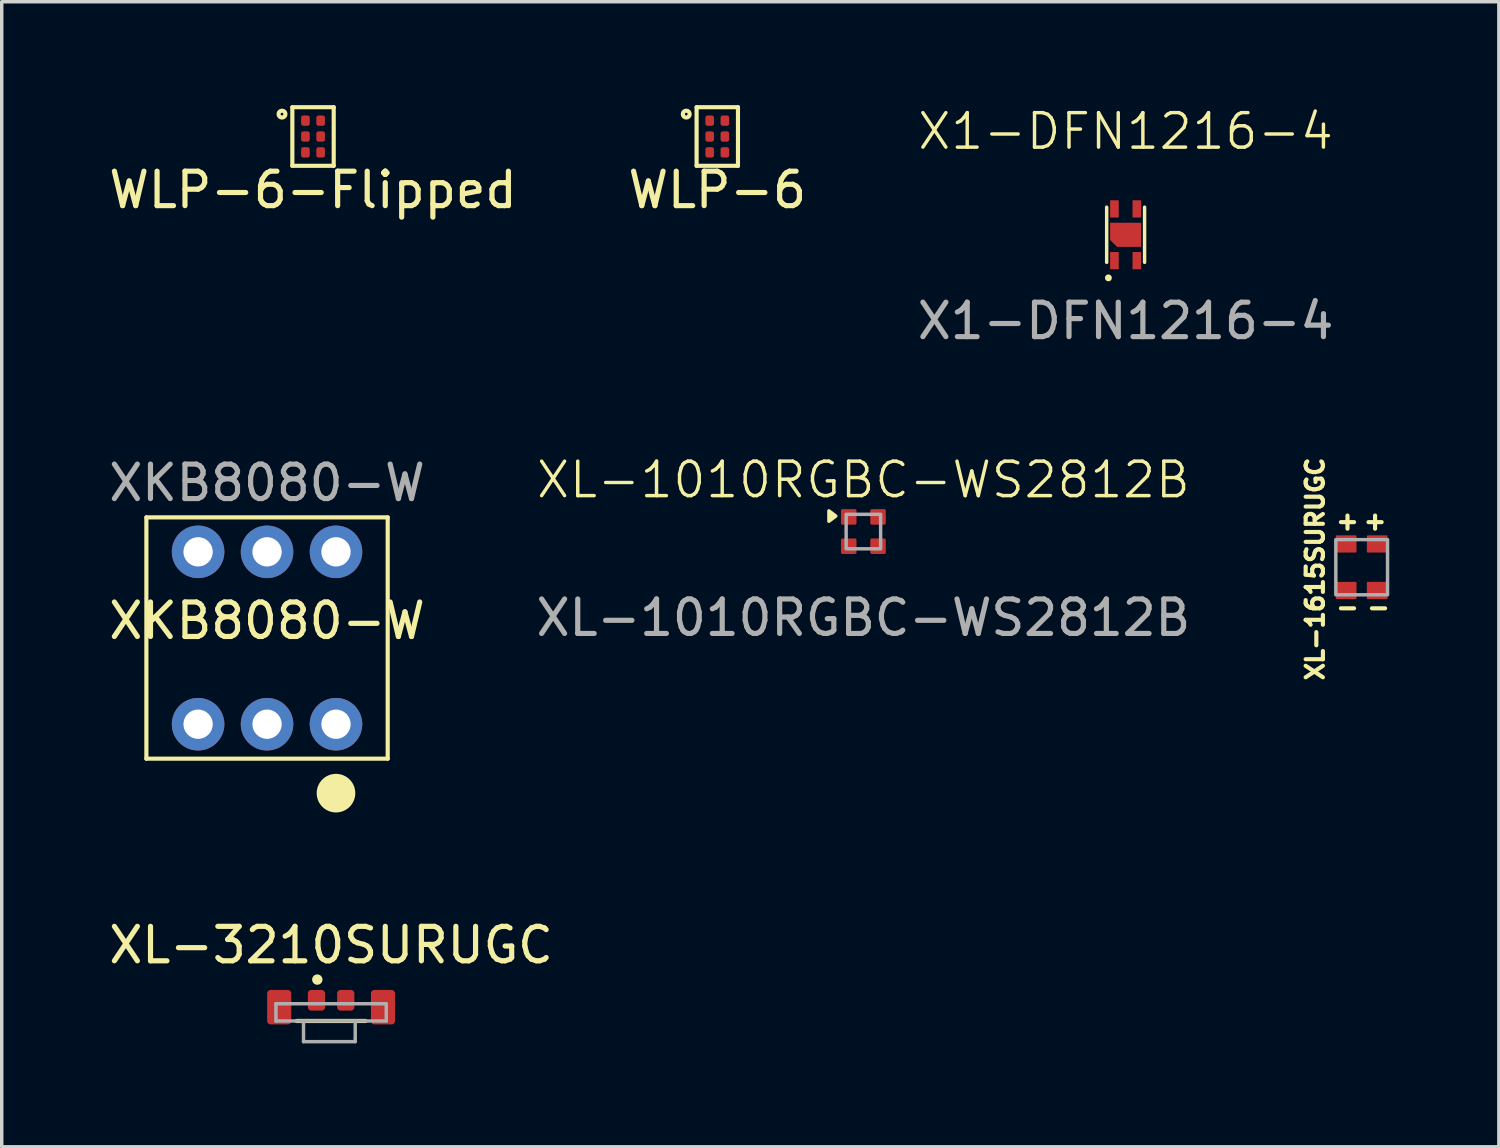
<source format=kicad_pcb>
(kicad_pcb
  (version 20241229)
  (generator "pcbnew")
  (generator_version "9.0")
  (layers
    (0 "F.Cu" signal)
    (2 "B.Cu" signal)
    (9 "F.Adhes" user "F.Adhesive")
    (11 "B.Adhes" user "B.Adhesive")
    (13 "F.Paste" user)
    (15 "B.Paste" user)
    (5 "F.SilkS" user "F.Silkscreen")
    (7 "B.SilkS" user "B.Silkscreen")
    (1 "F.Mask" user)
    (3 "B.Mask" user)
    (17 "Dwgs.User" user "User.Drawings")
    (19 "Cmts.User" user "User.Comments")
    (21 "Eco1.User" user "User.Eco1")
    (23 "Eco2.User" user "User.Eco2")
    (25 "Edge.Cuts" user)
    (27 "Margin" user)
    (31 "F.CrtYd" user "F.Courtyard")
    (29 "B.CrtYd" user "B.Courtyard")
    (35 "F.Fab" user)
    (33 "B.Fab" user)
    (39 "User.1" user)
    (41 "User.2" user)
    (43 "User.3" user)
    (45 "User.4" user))
  (footprint "X1-DFN1216-4"
    (layer "F.Cu")
    (at 29.601 3.76)
    (property "Reference" "X1-DFN1216-4" (at 0 -3 0) (unlocked yes) (layer "F.SilkS") (effects (font (size 1 1) (thickness 0.1))))
    (attr smd)
    (fp_line (start -0.55 -0.8) (end -0.55 0.8) (stroke (width 0.1) (type default)) (layer "F.SilkS"))
    (fp_line (start 0.55 0.8) (end 0.55 -0.8) (stroke (width 0.1) (type default)) (layer "F.SilkS"))
    (fp_circle (center -0.5 1.25) (end -0.45 1.25) (stroke (width 0.1) (type default)) (fill no) (layer "F.SilkS"))
    (fp_text user "${REFERENCE}" (at 0 2.5 0) (unlocked yes) (layer "F.Fab") (effects (font (size 1 1) (thickness 0.15))))
    (pad "" smd custom (at 0 0) (size 0.1 0.1) (layers "F.Cu" "F.Mask" "F.Paste") (options (anchor rect)) (primitives (gr_poly (pts (xy -0.45 -0.35) (xy 0.45 -0.35) (xy 0.45 0.35) (xy -0.25 0.35) (xy -0.45 0.15)) (width 0) (fill yes))))
    (pad "1" smd rect (at -0.325 0.75) (size 0.25 0.5) (layers "F.Cu" "F.Mask" "F.Paste"))
    (pad "2" smd rect (at 0.325 0.75) (size 0.25 0.5) (layers "F.Cu" "F.Mask" "F.Paste"))
    (pad "3" smd rect (at 0.325 -0.75) (size 0.25 0.5) (layers "F.Cu" "F.Mask" "F.Paste"))
    (pad "4" smd rect (at -0.325 -0.75) (size 0.25 0.5) (layers "F.Cu" "F.Mask" "F.Paste")))
  (footprint "WLP-6-Flipped"
    (layer "F.Cu")
    (at 6.03 0.91)
    (property "Reference" "WLP-6-Flipped" (at 0 1.55 0) (layer "F.SilkS") (effects (font (size 1 1) (thickness 0.15))))
    (attr through_hole)
    (fp_line (start -0.6 -0.85) (end -0.6 0.85) (stroke (width 0.12) (type solid)) (layer "F.SilkS"))
    (fp_line (start -0.6 0.85) (end 0.6 0.85) (stroke (width 0.12) (type solid)) (layer "F.SilkS"))
    (fp_line (start 0.6 -0.85) (end -0.6 -0.85) (stroke (width 0.12) (type solid)) (layer "F.SilkS"))
    (fp_line (start 0.6 0.85) (end 0.6 -0.85) (stroke (width 0.12) (type solid)) (layer "F.SilkS"))
    (fp_circle (center -0.9 -0.65) (end -0.8 -0.65) (stroke (width 0.12) (type solid)) (fill no) (layer "F.SilkS"))
    (pad "1" smd roundrect (at -0.22 0.46) (size 0.25 0.3) (layers "F.Cu" "F.Mask" "F.Paste") (roundrect_rratio 0.25))
    (pad "2" smd roundrect (at -0.22 0) (size 0.25 0.3) (layers "F.Cu" "F.Mask" "F.Paste") (roundrect_rratio 0.25))
    (pad "3" smd roundrect (at -0.22 -0.46) (size 0.25 0.3) (layers "F.Cu" "F.Mask" "F.Paste") (roundrect_rratio 0.25))
    (pad "4" smd roundrect (at 0.22 -0.46) (size 0.25 0.3) (layers "F.Cu" "F.Mask" "F.Paste") (roundrect_rratio 0.25))
    (pad "5" smd roundrect (at 0.22 0) (size 0.25 0.3) (layers "F.Cu" "F.Mask" "F.Paste") (roundrect_rratio 0.25))
    (pad "6" smd roundrect (at 0.22 0.46) (size 0.25 0.3) (layers "F.Cu" "F.Mask" "F.Paste") (roundrect_rratio 0.25)))
  (footprint "XL-1615SURUGC"
    (layer "F.Cu")
    (at 36.448 13.403)
    (property "Reference" "XL-1615SURUGC" (at -1.35 0.05 90) (unlocked yes) (layer "F.SilkS") (effects (font (size 0.5 0.5) (thickness 0.12) (bold yes))))
    (attr smd)
    (fp_rect (start -0.75 -0.8) (end 0.75 0.8) (stroke (width 0.1) (type default)) (fill no) (layer "F.Fab"))
    (fp_text user "-" (at 0.1 1.45 0) (unlocked yes) (layer "F.SilkS") (effects (font (size 0.5 0.5) (thickness 0.12) (bold yes)) (justify left bottom)))
    (fp_text user "-" (at -0.8 1.45 0) (unlocked yes) (layer "F.SilkS") (effects (font (size 0.5 0.5) (thickness 0.12) (bold yes)) (justify left bottom)))
    (fp_text user "+" (at -0.8 -1.05 0) (unlocked yes) (layer "F.SilkS") (effects (font (size 0.5 0.5) (thickness 0.12) (bold yes)) (justify left bottom)))
    (fp_text user "+" (at 0 -1.05 0) (unlocked yes) (layer "F.SilkS") (effects (font (size 0.5 0.5) (thickness 0.12) (bold yes)) (justify left bottom)))
    (pad "1" smd roundrect (at -0.45 0.675) (size 0.6 0.5) (layers "F.Cu" "F.Mask" "F.Paste") (roundrect_rratio 0.05))
    (pad "2" smd roundrect (at 0.45 0.675) (size 0.6 0.5) (layers "F.Cu" "F.Mask" "F.Paste") (roundrect_rratio 0.05))
    (pad "3" smd roundrect (at 0.45 -0.675) (size 0.6 0.5) (layers "F.Cu" "F.Mask" "F.Paste") (roundrect_rratio 0.05))
    (pad "4" smd roundrect (at -0.45 -0.675) (size 0.6 0.5) (layers "F.Cu" "F.Mask" "F.Paste") (roundrect_rratio 0.05)))
  (footprint "WLP-6"
    (layer "F.Cu")
    (at 17.756 0.91)
    (property "Reference" "WLP-6" (at 0 1.55 0) (layer "F.SilkS") (effects (font (size 1 1) (thickness 0.15))))
    (attr through_hole)
    (fp_line (start -0.6 -0.85) (end -0.6 0.85) (stroke (width 0.12) (type solid)) (layer "F.SilkS"))
    (fp_line (start -0.6 0.85) (end 0.6 0.85) (stroke (width 0.12) (type solid)) (layer "F.SilkS"))
    (fp_line (start 0.6 -0.85) (end -0.6 -0.85) (stroke (width 0.12) (type solid)) (layer "F.SilkS"))
    (fp_line (start 0.6 0.85) (end 0.6 -0.85) (stroke (width 0.12) (type solid)) (layer "F.SilkS"))
    (fp_circle (center -0.9 -0.65) (end -0.8 -0.65) (stroke (width 0.12) (type solid)) (fill no) (layer "F.SilkS"))
    (pad "1" smd roundrect (at -0.22 -0.46) (size 0.25 0.3) (layers "F.Cu" "F.Mask" "F.Paste") (roundrect_rratio 0.25))
    (pad "2" smd roundrect (at -0.22 0) (size 0.25 0.3) (layers "F.Cu" "F.Mask" "F.Paste") (roundrect_rratio 0.25))
    (pad "3" smd roundrect (at -0.22 0.46) (size 0.25 0.3) (layers "F.Cu" "F.Mask" "F.Paste") (roundrect_rratio 0.25))
    (pad "4" smd roundrect (at 0.22 0.46) (size 0.25 0.3) (layers "F.Cu" "F.Mask" "F.Paste") (roundrect_rratio 0.25))
    (pad "5" smd roundrect (at 0.22 0) (size 0.25 0.3) (layers "F.Cu" "F.Mask" "F.Paste") (roundrect_rratio 0.25))
    (pad "6" smd roundrect (at 0.22 -0.46) (size 0.25 0.3) (layers "F.Cu" "F.Mask" "F.Paste") (roundrect_rratio 0.25)))
  (footprint "XL-3210SURUGC"
    (layer "F.Cu")
    (at 6.554 26.165)
    (property "Reference" "XL-3210SURUGC" (at 0 -1.8 0) (unlocked yes) (layer "F.SilkS") (effects (font (size 1 1) (thickness 0.15))))
    (attr smd)
    (fp_line (start -1 0.4) (end 1 0.4) (stroke (width 0.12) (type default)) (layer "F.SilkS"))
    (fp_circle (center -0.4 -0.8) (end -0.3 -0.8) (stroke (width 0.1) (type solid)) (fill yes) (layer "F.SilkS"))
    (fp_line (start -1.6 -0.1) (end 1.6 -0.1) (stroke (width 0.1) (type default)) (layer "F.Fab"))
    (fp_line (start -1.6 0.4) (end -1.6 -0.1) (stroke (width 0.1) (type default)) (layer "F.Fab"))
    (fp_line (start -0.8 0.4) (end -0.8 1) (stroke (width 0.1) (type default)) (layer "F.Fab"))
    (fp_line (start -0.8 1) (end 0.7 1) (stroke (width 0.1) (type default)) (layer "F.Fab"))
    (fp_line (start 0.7 1) (end 0.7 0.4) (stroke (width 0.1) (type default)) (layer "F.Fab"))
    (fp_line (start 1.6 -0.1) (end 1.6 0.4) (stroke (width 0.1) (type default)) (layer "F.Fab"))
    (fp_line (start 1.6 0.4) (end -1.6 0.4) (stroke (width 0.1) (type default)) (layer "F.Fab"))
    (pad "1" smd roundrect (at -0.425 -0.2) (size 0.5 0.6) (layers "F.Cu" "F.Mask" "F.Paste") (roundrect_rratio 0.2))
    (pad "2" smd roundrect (at 0.425 -0.2) (size 0.5 0.6) (layers "F.Cu" "F.Mask" "F.Paste") (roundrect_rratio 0.2))
    (pad "3" smd roundrect (at -1.505 0) (size 0.7 1) (layers "F.Cu" "F.Mask" "F.Paste") (roundrect_rratio 0.143))
    (pad "4" smd roundrect (at 1.505 0) (size 0.7 1) (layers "F.Cu" "F.Mask" "F.Paste") (roundrect_rratio 0.143)))
  (footprint "XL-1010RGBC-WS2812B"
    (layer "F.Cu")
    (at 21.994 12.369)
    (property "Reference" "XL-1010RGBC-WS2812B" (at 0 -1.5 0) (unlocked yes) (layer "F.SilkS") (effects (font (size 1 1) (thickness 0.1))))
    (attr smd)
    (fp_poly (pts (xy -0.8 -0.45) (xy -1 -0.6) (xy -1 -0.3)) (stroke (width 0.1) (type solid)) (fill yes) (layer "F.SilkS"))
    (fp_rect (start -0.5 -0.5) (end 0.5 0.5) (stroke (width 0.1) (type default)) (fill no) (layer "F.Fab"))
    (fp_text user "${REFERENCE}" (at 0 2.5 0) (unlocked yes) (layer "F.Fab") (effects (font (size 1 1) (thickness 0.15))))
    (pad "1" smd roundrect (at -0.425 -0.425) (size 0.45 0.45) (layers "F.Cu" "F.Mask" "F.Paste") (roundrect_rratio 0.1))
    (pad "2" smd roundrect (at 0.425 -0.425) (size 0.45 0.45) (layers "F.Cu" "F.Mask" "F.Paste") (roundrect_rratio 0.1))
    (pad "3" smd roundrect (at -0.425 0.425) (size 0.45 0.45) (layers "F.Cu" "F.Mask" "F.Paste") (roundrect_rratio 0.1))
    (pad "4" smd roundrect (at 0.425 0.425) (size 0.45 0.45) (layers "F.Cu" "F.Mask" "F.Paste") (roundrect_rratio 0.1)))
  (footprint "XKB8080-W"
    (layer "F.Cu")
    (at 4.696 15.457)
    (property "Reference" "XKB8080-W" (at 0 -0.5 0) (unlocked yes) (layer "F.SilkS") (effects (font (size 1 1) (thickness 0.15))))
    (attr through_hole)
    (fp_line (start -3.5 -3.5) (end -3.5 3.5) (stroke (width 0.12) (type default)) (layer "F.SilkS"))
    (fp_line (start -3.5 3.5) (end 3.5 3.5) (stroke (width 0.12) (type default)) (layer "F.SilkS"))
    (fp_line (start 3.5 -3.5) (end -3.5 -3.5) (stroke (width 0.12) (type default)) (layer "F.SilkS"))
    (fp_line (start 3.5 3.5) (end 3.5 -3.5) (stroke (width 0.12) (type default)) (layer "F.SilkS"))
    (fp_circle (center 2 4.5) (end 2.5 4.5) (stroke (width 0.12) (type solid)) (fill yes) (layer "F.SilkS"))
    (fp_text user "${REFERENCE}" (at 0 -4.5 0) (unlocked yes) (layer "F.Fab") (effects (font (size 1 1) (thickness 0.15))))
    (pad "1" thru_hole circle (at 2 2.5) (size 1.524 1.524) (drill 0.85) (layers "*.Cu" "*.Mask"))
    (pad "2" thru_hole circle (at 0 2.5) (size 1.524 1.524) (drill 0.85) (layers "*.Cu" "*.Mask"))
    (pad "3" thru_hole circle (at -2 2.5) (size 1.524 1.524) (drill 0.85) (layers "*.Cu" "*.Mask"))
    (pad "4" thru_hole circle (at -2 -2.5) (size 1.524 1.524) (drill 0.85) (layers "*.Cu" "*.Mask"))
    (pad "5" thru_hole circle (at 0 -2.5) (size 1.524 1.524) (drill 0.85) (layers "*.Cu" "*.Mask"))
    (pad "6" thru_hole circle (at 2 -2.5) (size 1.524 1.524) (drill 0.85) (layers "*.Cu" "*.Mask")))
  (gr_rect
    (start -3 -3)
    (end 40.427 30.215)
    (stroke (width 0.1) (type default))
    (fill no)
    (layer "Edge.Cuts")))
</source>
